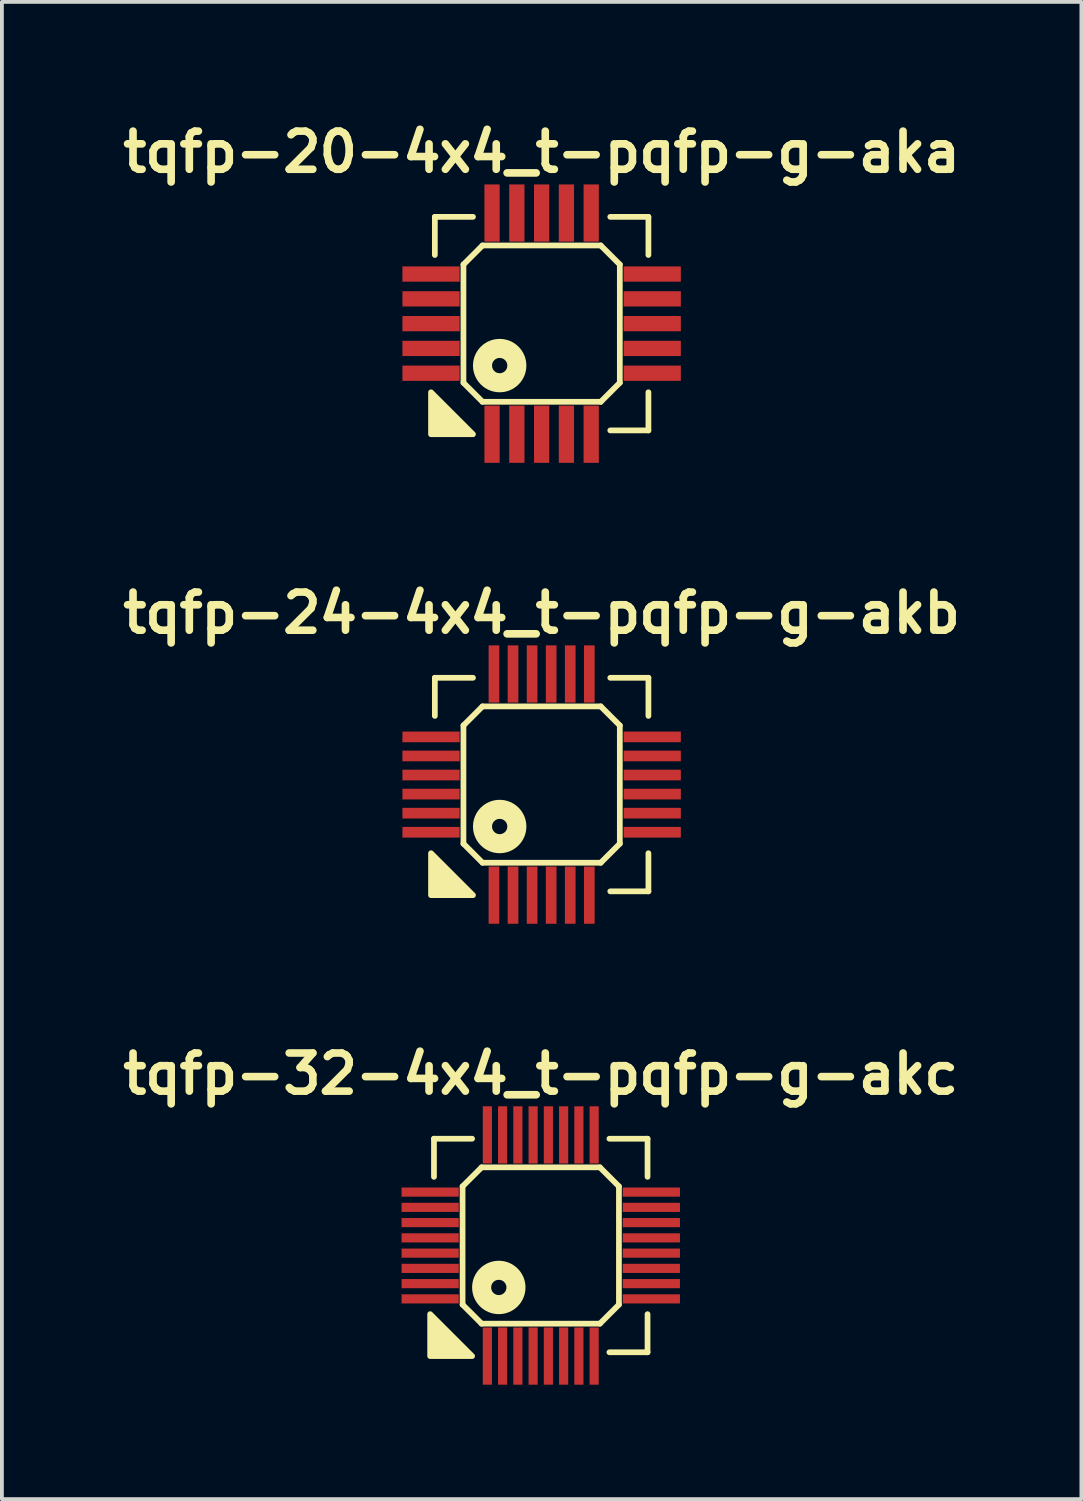
<source format=kicad_pcb>
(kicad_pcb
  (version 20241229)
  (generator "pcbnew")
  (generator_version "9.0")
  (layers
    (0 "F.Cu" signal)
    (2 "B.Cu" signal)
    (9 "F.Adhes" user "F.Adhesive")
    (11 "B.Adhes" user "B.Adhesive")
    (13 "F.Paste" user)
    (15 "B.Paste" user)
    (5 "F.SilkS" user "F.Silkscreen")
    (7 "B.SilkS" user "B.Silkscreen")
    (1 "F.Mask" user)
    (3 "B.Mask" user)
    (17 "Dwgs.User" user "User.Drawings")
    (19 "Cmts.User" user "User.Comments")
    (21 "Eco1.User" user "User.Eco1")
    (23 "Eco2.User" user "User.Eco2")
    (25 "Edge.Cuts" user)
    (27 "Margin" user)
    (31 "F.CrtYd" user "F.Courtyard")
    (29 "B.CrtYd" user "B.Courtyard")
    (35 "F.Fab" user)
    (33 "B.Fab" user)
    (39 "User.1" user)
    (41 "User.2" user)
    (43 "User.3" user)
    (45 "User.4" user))
  (footprint "tqfp-32-4x4_t-pqfp-g-akc"
    (layer "F.Cu")
    (at 11.129 29.608)
    (property "Reference" "tqfp-32-4x4_t-pqfp-g-akc" (at 0 -4.5 0) (layer "F.SilkS") (effects (font (size 1 1) (thickness 0.2))))
    (attr smd)
    (fp_line (start -2.8 -2.8) (end -1.8 -2.8) (stroke (width 0.15) (type solid)) (layer "F.SilkS"))
    (fp_line (start -2.8 -1.8) (end -2.8 -2.8) (stroke (width 0.15) (type solid)) (layer "F.SilkS"))
    (fp_line (start -2.05 -1.55) (end -1.55 -2.05) (stroke (width 0.15) (type solid)) (layer "F.SilkS"))
    (fp_line (start -2.05 1.55) (end -2.05 -1.55) (stroke (width 0.15) (type solid)) (layer "F.SilkS"))
    (fp_line (start -1.55 -2.05) (end 1.55 -2.05) (stroke (width 0.15) (type solid)) (layer "F.SilkS"))
    (fp_line (start -1.55 2.05) (end -2.05 1.55) (stroke (width 0.15) (type solid)) (layer "F.SilkS"))
    (fp_line (start 1.55 -2.05) (end 2.05 -1.55) (stroke (width 0.15) (type solid)) (layer "F.SilkS"))
    (fp_line (start 1.55 2.05) (end -1.55 2.05) (stroke (width 0.15) (type solid)) (layer "F.SilkS"))
    (fp_line (start 1.8 -2.8) (end 2.8 -2.8) (stroke (width 0.15) (type solid)) (layer "F.SilkS"))
    (fp_line (start 2.05 -1.55) (end 2.05 1.55) (stroke (width 0.15) (type solid)) (layer "F.SilkS"))
    (fp_line (start 2.05 1.55) (end 1.55 2.05) (stroke (width 0.15) (type solid)) (layer "F.SilkS"))
    (fp_line (start 2.8 -2.8) (end 2.8 -1.8) (stroke (width 0.15) (type solid)) (layer "F.SilkS"))
    (fp_line (start 2.8 1.8) (end 2.8 2.8) (stroke (width 0.15) (type solid)) (layer "F.SilkS"))
    (fp_line (start 2.8 2.8) (end 1.8 2.8) (stroke (width 0.15) (type solid)) (layer "F.SilkS"))
    (fp_circle (center -1.1 1.1) (end -0.9 1.1) (stroke (width 0.5) (type solid)) (fill no) (layer "F.SilkS"))
    (fp_poly (pts (xy -1.8 2.9) (xy -2.9 2.9) (xy -2.9 1.8)) (stroke (width 0.15) (type solid)) (fill yes) (layer "F.SilkS"))
    (pad "1" smd rect (at -1.4 2.9) (size 0.24 1.5) (layers "F.Cu" "F.Mask" "F.Paste"))
    (pad "2" smd rect (at -1 2.9) (size 0.24 1.5) (layers "F.Cu" "F.Mask" "F.Paste"))
    (pad "3" smd rect (at -0.6 2.9) (size 0.24 1.5) (layers "F.Cu" "F.Mask" "F.Paste"))
    (pad "4" smd rect (at -0.2 2.9) (size 0.24 1.5) (layers "F.Cu" "F.Mask" "F.Paste"))
    (pad "5" smd rect (at 0.2 2.9) (size 0.24 1.5) (layers "F.Cu" "F.Mask" "F.Paste"))
    (pad "6" smd rect (at 0.6 2.9) (size 0.24 1.5) (layers "F.Cu" "F.Mask" "F.Paste"))
    (pad "7" smd rect (at 1 2.9) (size 0.24 1.5) (layers "F.Cu" "F.Mask" "F.Paste"))
    (pad "8" smd rect (at 1.4 2.9) (size 0.24 1.5) (layers "F.Cu" "F.Mask" "F.Paste"))
    (pad "9" smd rect (at 2.9 1.4) (size 1.5 0.24) (layers "F.Cu" "F.Mask" "F.Paste"))
    (pad "10" smd rect (at 2.9 1) (size 1.5 0.24) (layers "F.Cu" "F.Mask" "F.Paste"))
    (pad "11" smd rect (at 2.9 0.6) (size 1.5 0.24) (layers "F.Cu" "F.Mask" "F.Paste"))
    (pad "12" smd rect (at 2.9 0.2) (size 1.5 0.24) (layers "F.Cu" "F.Mask" "F.Paste"))
    (pad "13" smd rect (at 2.9 -0.2) (size 1.5 0.24) (layers "F.Cu" "F.Mask" "F.Paste"))
    (pad "14" smd rect (at 2.9 -0.6) (size 1.5 0.24) (layers "F.Cu" "F.Mask" "F.Paste"))
    (pad "15" smd rect (at 2.9 -1) (size 1.5 0.24) (layers "F.Cu" "F.Mask" "F.Paste"))
    (pad "16" smd rect (at 2.9 -1.4) (size 1.5 0.24) (layers "F.Cu" "F.Mask" "F.Paste"))
    (pad "17" smd rect (at 1.4 -2.9) (size 0.24 1.5) (layers "F.Cu" "F.Mask" "F.Paste"))
    (pad "18" smd rect (at 1 -2.9) (size 0.24 1.5) (layers "F.Cu" "F.Mask" "F.Paste"))
    (pad "19" smd rect (at 0.6 -2.9) (size 0.24 1.5) (layers "F.Cu" "F.Mask" "F.Paste"))
    (pad "20" smd rect (at 0.2 -2.9) (size 0.24 1.5) (layers "F.Cu" "F.Mask" "F.Paste"))
    (pad "21" smd rect (at -0.2 -2.9) (size 0.24 1.5) (layers "F.Cu" "F.Mask" "F.Paste"))
    (pad "22" smd rect (at -0.6 -2.9) (size 0.24 1.5) (layers "F.Cu" "F.Mask" "F.Paste"))
    (pad "23" smd rect (at -1 -2.9) (size 0.24 1.5) (layers "F.Cu" "F.Mask" "F.Paste"))
    (pad "24" smd rect (at -1.4 -2.9) (size 0.24 1.5) (layers "F.Cu" "F.Mask" "F.Paste"))
    (pad "25" smd rect (at -2.9 -1.4) (size 1.5 0.24) (layers "F.Cu" "F.Mask" "F.Paste"))
    (pad "26" smd rect (at -2.9 -1) (size 1.5 0.24) (layers "F.Cu" "F.Mask" "F.Paste"))
    (pad "27" smd rect (at -2.9 -0.6) (size 1.5 0.24) (layers "F.Cu" "F.Mask" "F.Paste"))
    (pad "28" smd rect (at -2.9 -0.2) (size 1.5 0.24) (layers "F.Cu" "F.Mask" "F.Paste"))
    (pad "29" smd rect (at -2.9 0.2) (size 1.5 0.24) (layers "F.Cu" "F.Mask" "F.Paste"))
    (pad "30" smd rect (at -2.9 0.6) (size 1.5 0.24) (layers "F.Cu" "F.Mask" "F.Paste"))
    (pad "31" smd rect (at -2.9 1) (size 1.5 0.24) (layers "F.Cu" "F.Mask" "F.Paste"))
    (pad "32" smd rect (at -2.9 1.4) (size 1.5 0.24) (layers "F.Cu" "F.Mask" "F.Paste")))
  (footprint "tqfp-24-4x4_t-pqfp-g-akb"
    (layer "F.Cu")
    (at 11.152 17.522)
    (property "Reference" "tqfp-24-4x4_t-pqfp-g-akb" (at 0 -4.5 0) (layer "F.SilkS") (effects (font (size 1 1) (thickness 0.2))))
    (attr smd)
    (fp_line (start -2.8 -2.8) (end -1.8 -2.8) (stroke (width 0.15) (type solid)) (layer "F.SilkS"))
    (fp_line (start -2.8 -1.8) (end -2.8 -2.8) (stroke (width 0.15) (type solid)) (layer "F.SilkS"))
    (fp_line (start -2.05 -1.55) (end -1.55 -2.05) (stroke (width 0.15) (type solid)) (layer "F.SilkS"))
    (fp_line (start -2.05 1.55) (end -2.05 -1.55) (stroke (width 0.15) (type solid)) (layer "F.SilkS"))
    (fp_line (start -1.55 -2.05) (end 1.55 -2.05) (stroke (width 0.15) (type solid)) (layer "F.SilkS"))
    (fp_line (start -1.55 2.05) (end -2.05 1.55) (stroke (width 0.15) (type solid)) (layer "F.SilkS"))
    (fp_line (start 1.55 -2.05) (end 2.05 -1.55) (stroke (width 0.15) (type solid)) (layer "F.SilkS"))
    (fp_line (start 1.55 2.05) (end -1.55 2.05) (stroke (width 0.15) (type solid)) (layer "F.SilkS"))
    (fp_line (start 1.8 -2.8) (end 2.8 -2.8) (stroke (width 0.15) (type solid)) (layer "F.SilkS"))
    (fp_line (start 2.05 -1.55) (end 2.05 1.55) (stroke (width 0.15) (type solid)) (layer "F.SilkS"))
    (fp_line (start 2.05 1.55) (end 1.55 2.05) (stroke (width 0.15) (type solid)) (layer "F.SilkS"))
    (fp_line (start 2.8 -2.8) (end 2.8 -1.8) (stroke (width 0.15) (type solid)) (layer "F.SilkS"))
    (fp_line (start 2.8 1.8) (end 2.8 2.8) (stroke (width 0.15) (type solid)) (layer "F.SilkS"))
    (fp_line (start 2.8 2.8) (end 1.8 2.8) (stroke (width 0.15) (type solid)) (layer "F.SilkS"))
    (fp_circle (center -1.1 1.1) (end -0.9 1.1) (stroke (width 0.5) (type solid)) (fill no) (layer "F.SilkS"))
    (fp_poly (pts (xy -1.8 2.9) (xy -2.9 2.9) (xy -2.9 1.8)) (stroke (width 0.15) (type solid)) (fill yes) (layer "F.SilkS"))
    (pad "1" smd rect (at -1.25 2.9) (size 0.28 1.5) (layers "F.Cu" "F.Mask" "F.Paste"))
    (pad "2" smd rect (at -0.75 2.9) (size 0.28 1.5) (layers "F.Cu" "F.Mask" "F.Paste"))
    (pad "3" smd rect (at -0.25 2.9) (size 0.28 1.5) (layers "F.Cu" "F.Mask" "F.Paste"))
    (pad "4" smd rect (at 0.25 2.9) (size 0.28 1.5) (layers "F.Cu" "F.Mask" "F.Paste"))
    (pad "5" smd rect (at 0.75 2.9) (size 0.28 1.5) (layers "F.Cu" "F.Mask" "F.Paste"))
    (pad "6" smd rect (at 1.25 2.9) (size 0.28 1.5) (layers "F.Cu" "F.Mask" "F.Paste"))
    (pad "7" smd rect (at 2.9 1.25) (size 1.5 0.28) (layers "F.Cu" "F.Mask" "F.Paste"))
    (pad "8" smd rect (at 2.9 0.75) (size 1.5 0.28) (layers "F.Cu" "F.Mask" "F.Paste"))
    (pad "9" smd rect (at 2.9 0.25) (size 1.5 0.28) (layers "F.Cu" "F.Mask" "F.Paste"))
    (pad "10" smd rect (at 2.9 -0.25) (size 1.5 0.28) (layers "F.Cu" "F.Mask" "F.Paste"))
    (pad "11" smd rect (at 2.9 -0.75) (size 1.5 0.28) (layers "F.Cu" "F.Mask" "F.Paste"))
    (pad "12" smd rect (at 2.9 -1.25) (size 1.5 0.28) (layers "F.Cu" "F.Mask" "F.Paste"))
    (pad "13" smd rect (at 1.25 -2.9) (size 0.28 1.5) (layers "F.Cu" "F.Mask" "F.Paste"))
    (pad "14" smd rect (at 0.75 -2.9) (size 0.28 1.5) (layers "F.Cu" "F.Mask" "F.Paste"))
    (pad "15" smd rect (at 0.25 -2.9) (size 0.28 1.5) (layers "F.Cu" "F.Mask" "F.Paste"))
    (pad "16" smd rect (at -0.25 -2.9) (size 0.28 1.5) (layers "F.Cu" "F.Mask" "F.Paste"))
    (pad "17" smd rect (at -0.75 -2.9) (size 0.28 1.5) (layers "F.Cu" "F.Mask" "F.Paste"))
    (pad "18" smd rect (at -1.25 -2.9) (size 0.28 1.5) (layers "F.Cu" "F.Mask" "F.Paste"))
    (pad "19" smd rect (at -2.9 -1.25) (size 1.5 0.28) (layers "F.Cu" "F.Mask" "F.Paste"))
    (pad "20" smd rect (at -2.9 -0.75) (size 1.5 0.28) (layers "F.Cu" "F.Mask" "F.Paste"))
    (pad "21" smd rect (at -2.9 -0.25) (size 1.5 0.28) (layers "F.Cu" "F.Mask" "F.Paste"))
    (pad "22" smd rect (at -2.9 0.25) (size 1.5 0.28) (layers "F.Cu" "F.Mask" "F.Paste"))
    (pad "23" smd rect (at -2.9 0.75) (size 1.5 0.28) (layers "F.Cu" "F.Mask" "F.Paste"))
    (pad "24" smd rect (at -2.9 1.25) (size 1.5 0.28) (layers "F.Cu" "F.Mask" "F.Paste")))
  (footprint "tqfp-20-4x4_t-pqfp-g-aka"
    (layer "F.Cu")
    (at 11.152 5.436)
    (property "Reference" "tqfp-20-4x4_t-pqfp-g-aka" (at 0 -4.5 0) (layer "F.SilkS") (effects (font (size 1 1) (thickness 0.2))))
    (attr smd)
    (fp_line (start -2.8 -2.8) (end -1.8 -2.8) (stroke (width 0.15) (type solid)) (layer "F.SilkS"))
    (fp_line (start -2.8 -1.8) (end -2.8 -2.8) (stroke (width 0.15) (type solid)) (layer "F.SilkS"))
    (fp_line (start -2.05 -1.55) (end -1.55 -2.05) (stroke (width 0.15) (type solid)) (layer "F.SilkS"))
    (fp_line (start -2.05 1.55) (end -2.05 -1.55) (stroke (width 0.15) (type solid)) (layer "F.SilkS"))
    (fp_line (start -1.55 -2.05) (end 1.55 -2.05) (stroke (width 0.15) (type solid)) (layer "F.SilkS"))
    (fp_line (start -1.55 2.05) (end -2.05 1.55) (stroke (width 0.15) (type solid)) (layer "F.SilkS"))
    (fp_line (start 1.55 -2.05) (end 2.05 -1.55) (stroke (width 0.15) (type solid)) (layer "F.SilkS"))
    (fp_line (start 1.55 2.05) (end -1.55 2.05) (stroke (width 0.15) (type solid)) (layer "F.SilkS"))
    (fp_line (start 1.8 -2.8) (end 2.8 -2.8) (stroke (width 0.15) (type solid)) (layer "F.SilkS"))
    (fp_line (start 2.05 -1.55) (end 2.05 1.55) (stroke (width 0.15) (type solid)) (layer "F.SilkS"))
    (fp_line (start 2.05 1.55) (end 1.55 2.05) (stroke (width 0.15) (type solid)) (layer "F.SilkS"))
    (fp_line (start 2.8 -2.8) (end 2.8 -1.8) (stroke (width 0.15) (type solid)) (layer "F.SilkS"))
    (fp_line (start 2.8 1.8) (end 2.8 2.8) (stroke (width 0.15) (type solid)) (layer "F.SilkS"))
    (fp_line (start 2.8 2.8) (end 1.8 2.8) (stroke (width 0.15) (type solid)) (layer "F.SilkS"))
    (fp_circle (center -1.1 1.1) (end -0.9 1.1) (stroke (width 0.5) (type solid)) (fill no) (layer "F.SilkS"))
    (fp_poly (pts (xy -1.8 2.9) (xy -2.9 2.9) (xy -2.9 1.8)) (stroke (width 0.15) (type solid)) (fill yes) (layer "F.SilkS"))
    (pad "1" smd rect (at -1.3 2.9) (size 0.4 1.5) (layers "F.Cu" "F.Mask" "F.Paste"))
    (pad "2" smd rect (at -0.65 2.9) (size 0.4 1.5) (layers "F.Cu" "F.Mask" "F.Paste"))
    (pad "3" smd rect (at 0 2.9) (size 0.4 1.5) (layers "F.Cu" "F.Mask" "F.Paste"))
    (pad "4" smd rect (at 0.65 2.9) (size 0.4 1.5) (layers "F.Cu" "F.Mask" "F.Paste"))
    (pad "5" smd rect (at 1.3 2.9) (size 0.4 1.5) (layers "F.Cu" "F.Mask" "F.Paste"))
    (pad "6" smd rect (at 2.9 1.3) (size 1.5 0.4) (layers "F.Cu" "F.Mask" "F.Paste"))
    (pad "7" smd rect (at 2.9 0.65) (size 1.5 0.4) (layers "F.Cu" "F.Mask" "F.Paste"))
    (pad "8" smd rect (at 2.9 0) (size 1.5 0.4) (layers "F.Cu" "F.Mask" "F.Paste"))
    (pad "9" smd rect (at 2.9 -0.65) (size 1.5 0.4) (layers "F.Cu" "F.Mask" "F.Paste"))
    (pad "10" smd rect (at 2.9 -1.3) (size 1.5 0.4) (layers "F.Cu" "F.Mask" "F.Paste"))
    (pad "11" smd rect (at 1.3 -2.9) (size 0.4 1.5) (layers "F.Cu" "F.Mask" "F.Paste"))
    (pad "12" smd rect (at 0.65 -2.9) (size 0.4 1.5) (layers "F.Cu" "F.Mask" "F.Paste"))
    (pad "13" smd rect (at 0 -2.9) (size 0.4 1.5) (layers "F.Cu" "F.Mask" "F.Paste"))
    (pad "14" smd rect (at -0.65 -2.9) (size 0.4 1.5) (layers "F.Cu" "F.Mask" "F.Paste"))
    (pad "15" smd rect (at -1.3 -2.9) (size 0.4 1.5) (layers "F.Cu" "F.Mask" "F.Paste"))
    (pad "16" smd rect (at -2.9 -1.3) (size 1.5 0.4) (layers "F.Cu" "F.Mask" "F.Paste"))
    (pad "17" smd rect (at -2.9 -0.65) (size 1.5 0.4) (layers "F.Cu" "F.Mask" "F.Paste"))
    (pad "18" smd rect (at -2.9 0) (size 1.5 0.4) (layers "F.Cu" "F.Mask" "F.Paste"))
    (pad "19" smd rect (at -2.9 0.65) (size 1.5 0.4) (layers "F.Cu" "F.Mask" "F.Paste"))
    (pad "20" smd rect (at -2.9 1.3) (size 1.5 0.4) (layers "F.Cu" "F.Mask" "F.Paste")))
  (gr_rect
    (start -3 -3)
    (end 25.305 36.258)
    (stroke (width 0.1) (type default))
    (fill no)
    (layer "Edge.Cuts")))
</source>
